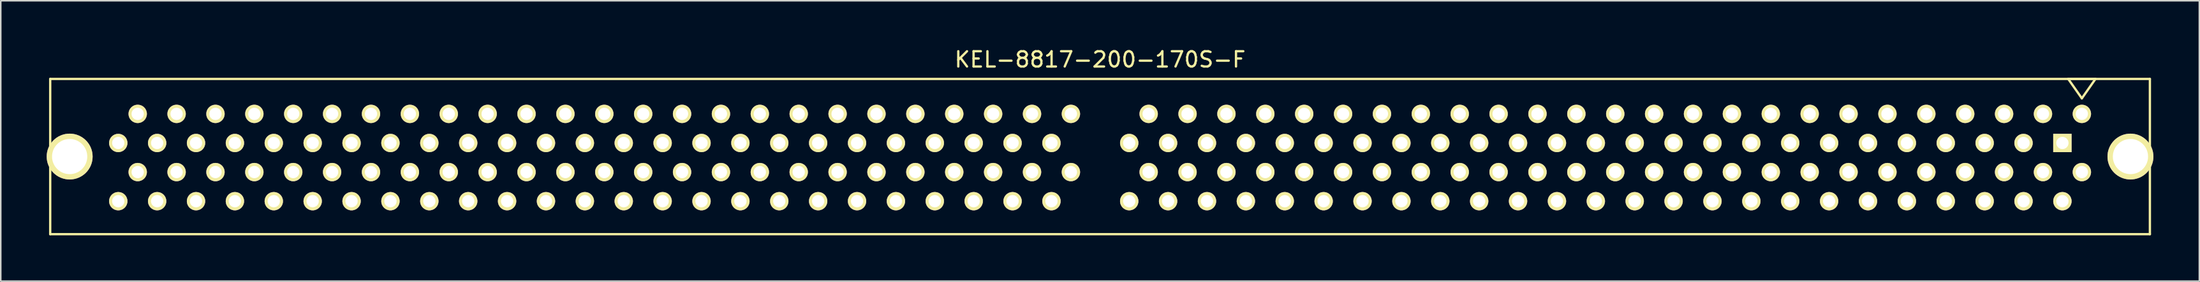
<source format=kicad_pcb>
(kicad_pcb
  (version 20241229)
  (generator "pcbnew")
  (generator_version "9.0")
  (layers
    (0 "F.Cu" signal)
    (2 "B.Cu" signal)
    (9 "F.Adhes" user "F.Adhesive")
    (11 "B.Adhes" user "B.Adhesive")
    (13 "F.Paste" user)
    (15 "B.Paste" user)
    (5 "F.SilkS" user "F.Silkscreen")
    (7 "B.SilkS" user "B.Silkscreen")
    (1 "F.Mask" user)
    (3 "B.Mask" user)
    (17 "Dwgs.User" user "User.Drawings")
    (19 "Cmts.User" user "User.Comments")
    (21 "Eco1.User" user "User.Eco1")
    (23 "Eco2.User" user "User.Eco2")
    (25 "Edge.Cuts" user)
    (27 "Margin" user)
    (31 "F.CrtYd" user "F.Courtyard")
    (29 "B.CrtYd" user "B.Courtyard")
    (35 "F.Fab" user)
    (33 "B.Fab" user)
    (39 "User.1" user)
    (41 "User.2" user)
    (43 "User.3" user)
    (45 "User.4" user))
  (footprint "KEL-8817-200-170S-F"
    (layer "F.Cu")
    (at 68.81 7.198)
    (property "Reference" "KEL-8817-200-170S-F" (at 0 -6.35 0) (layer "F.SilkS") (effects (font (size 1 1) (thickness 0.15))))
    (attr through_hole)
    (fp_line (start -68.58 -5.08) (end 68.58 -5.08) (stroke (width 0.15) (type solid)) (layer "F.SilkS"))
    (fp_line (start -68.58 5.08) (end -68.58 -5.08) (stroke (width 0.15) (type solid)) (layer "F.SilkS"))
    (fp_line (start 63.246 -5.08) (end 65.024 -5.08) (stroke (width 0.15) (type solid)) (layer "F.SilkS"))
    (fp_line (start 64.135 -3.81) (end 63.246 -5.08) (stroke (width 0.15) (type solid)) (layer "F.SilkS"))
    (fp_line (start 65.024 -5.08) (end 64.135 -3.81) (stroke (width 0.15) (type solid)) (layer "F.SilkS"))
    (fp_line (start 68.58 -5.08) (end 68.58 5.08) (stroke (width 0.15) (type solid)) (layer "F.SilkS"))
    (fp_line (start 68.58 5.08) (end -68.58 5.08) (stroke (width 0.15) (type solid)) (layer "F.SilkS"))
    (pad "" thru_hole circle (at -67.31 0) (size 3 3) (drill 2.3) (layers "*.Cu" "*.Mask" "F.SilkS"))
    (pad "" thru_hole circle (at 67.31 0) (size 3 3) (drill 2.3) (layers "*.Cu" "*.Mask" "F.SilkS"))
    (pad "1" thru_hole rect (at 62.865 -0.889) (size 1.2 1.2) (drill 0.8) (layers "*.Cu" "*.Mask" "F.SilkS"))
    (pad "2" thru_hole circle (at 64.135 -2.794) (size 1.2 1.2) (drill 0.8) (layers "*.Cu" "*.Mask" "F.SilkS"))
    (pad "3" thru_hole circle (at 62.865 2.921) (size 1.2 1.2) (drill 0.8) (layers "*.Cu" "*.Mask" "F.SilkS"))
    (pad "4" thru_hole circle (at 64.135 1.016) (size 1.2 1.2) (drill 0.8) (layers "*.Cu" "*.Mask" "F.SilkS"))
    (pad "5" thru_hole circle (at 60.325 -0.889) (size 1.2 1.2) (drill 0.8) (layers "*.Cu" "*.Mask" "F.SilkS"))
    (pad "6" thru_hole circle (at 61.595 -2.794) (size 1.2 1.2) (drill 0.8) (layers "*.Cu" "*.Mask" "F.SilkS"))
    (pad "7" thru_hole circle (at 60.325 2.921) (size 1.2 1.2) (drill 0.8) (layers "*.Cu" "*.Mask" "F.SilkS"))
    (pad "8" thru_hole circle (at 61.595 1.016) (size 1.2 1.2) (drill 0.8) (layers "*.Cu" "*.Mask" "F.SilkS"))
    (pad "9" thru_hole circle (at 57.785 -0.889) (size 1.2 1.2) (drill 0.8) (layers "*.Cu" "*.Mask" "F.SilkS"))
    (pad "10" thru_hole circle (at 59.055 -2.794) (size 1.2 1.2) (drill 0.8) (layers "*.Cu" "*.Mask" "F.SilkS"))
    (pad "11" thru_hole circle (at 57.785 2.921) (size 1.2 1.2) (drill 0.8) (layers "*.Cu" "*.Mask" "F.SilkS"))
    (pad "12" thru_hole circle (at 59.055 1.016) (size 1.2 1.2) (drill 0.8) (layers "*.Cu" "*.Mask" "F.SilkS"))
    (pad "13" thru_hole circle (at 55.245 -0.889) (size 1.2 1.2) (drill 0.8) (layers "*.Cu" "*.Mask" "F.SilkS"))
    (pad "14" thru_hole circle (at 56.515 -2.794) (size 1.2 1.2) (drill 0.8) (layers "*.Cu" "*.Mask" "F.SilkS"))
    (pad "15" thru_hole circle (at 55.245 2.921) (size 1.2 1.2) (drill 0.8) (layers "*.Cu" "*.Mask" "F.SilkS"))
    (pad "16" thru_hole circle (at 56.515 1.016) (size 1.2 1.2) (drill 0.8) (layers "*.Cu" "*.Mask" "F.SilkS"))
    (pad "17" thru_hole circle (at 52.705 -0.889) (size 1.2 1.2) (drill 0.8) (layers "*.Cu" "*.Mask" "F.SilkS"))
    (pad "18" thru_hole circle (at 53.975 -2.794) (size 1.2 1.2) (drill 0.8) (layers "*.Cu" "*.Mask" "F.SilkS"))
    (pad "19" thru_hole circle (at 52.705 2.921) (size 1.2 1.2) (drill 0.8) (layers "*.Cu" "*.Mask" "F.SilkS"))
    (pad "20" thru_hole circle (at 53.975 1.016) (size 1.2 1.2) (drill 0.8) (layers "*.Cu" "*.Mask" "F.SilkS"))
    (pad "21" thru_hole circle (at 50.165 -0.889) (size 1.2 1.2) (drill 0.8) (layers "*.Cu" "*.Mask" "F.SilkS"))
    (pad "22" thru_hole circle (at 51.435 -2.794) (size 1.2 1.2) (drill 0.8) (layers "*.Cu" "*.Mask" "F.SilkS"))
    (pad "23" thru_hole circle (at 50.165 2.921) (size 1.2 1.2) (drill 0.8) (layers "*.Cu" "*.Mask" "F.SilkS"))
    (pad "24" thru_hole circle (at 51.435 1.016) (size 1.2 1.2) (drill 0.8) (layers "*.Cu" "*.Mask" "F.SilkS"))
    (pad "25" thru_hole circle (at 47.625 -0.889) (size 1.2 1.2) (drill 0.8) (layers "*.Cu" "*.Mask" "F.SilkS"))
    (pad "26" thru_hole circle (at 48.895 -2.794) (size 1.2 1.2) (drill 0.8) (layers "*.Cu" "*.Mask" "F.SilkS"))
    (pad "27" thru_hole circle (at 47.625 2.921) (size 1.2 1.2) (drill 0.8) (layers "*.Cu" "*.Mask" "F.SilkS"))
    (pad "28" thru_hole circle (at 48.895 1.016) (size 1.2 1.2) (drill 0.8) (layers "*.Cu" "*.Mask" "F.SilkS"))
    (pad "29" thru_hole circle (at 45.085 -0.889) (size 1.2 1.2) (drill 0.8) (layers "*.Cu" "*.Mask" "F.SilkS"))
    (pad "30" thru_hole circle (at 46.355 -2.794) (size 1.2 1.2) (drill 0.8) (layers "*.Cu" "*.Mask" "F.SilkS"))
    (pad "31" thru_hole circle (at 45.085 2.921) (size 1.2 1.2) (drill 0.8) (layers "*.Cu" "*.Mask" "F.SilkS"))
    (pad "32" thru_hole circle (at 46.355 1.016) (size 1.2 1.2) (drill 0.8) (layers "*.Cu" "*.Mask" "F.SilkS"))
    (pad "33" thru_hole circle (at 42.545 -0.889) (size 1.2 1.2) (drill 0.8) (layers "*.Cu" "*.Mask" "F.SilkS"))
    (pad "34" thru_hole circle (at 43.815 -2.794) (size 1.2 1.2) (drill 0.8) (layers "*.Cu" "*.Mask" "F.SilkS"))
    (pad "35" thru_hole circle (at 42.545 2.921) (size 1.2 1.2) (drill 0.8) (layers "*.Cu" "*.Mask" "F.SilkS"))
    (pad "36" thru_hole circle (at 43.815 1.016) (size 1.2 1.2) (drill 0.8) (layers "*.Cu" "*.Mask" "F.SilkS"))
    (pad "37" thru_hole circle (at 40.005 -0.889) (size 1.2 1.2) (drill 0.8) (layers "*.Cu" "*.Mask" "F.SilkS"))
    (pad "38" thru_hole circle (at 41.275 -2.794) (size 1.2 1.2) (drill 0.8) (layers "*.Cu" "*.Mask" "F.SilkS"))
    (pad "39" thru_hole circle (at 40.005 2.921) (size 1.2 1.2) (drill 0.8) (layers "*.Cu" "*.Mask" "F.SilkS"))
    (pad "40" thru_hole circle (at 41.275 1.016) (size 1.2 1.2) (drill 0.8) (layers "*.Cu" "*.Mask" "F.SilkS"))
    (pad "41" thru_hole circle (at 37.465 -0.889) (size 1.2 1.2) (drill 0.8) (layers "*.Cu" "*.Mask" "F.SilkS"))
    (pad "42" thru_hole circle (at 38.735 -2.794) (size 1.2 1.2) (drill 0.8) (layers "*.Cu" "*.Mask" "F.SilkS"))
    (pad "43" thru_hole circle (at 37.465 2.921) (size 1.2 1.2) (drill 0.8) (layers "*.Cu" "*.Mask" "F.SilkS"))
    (pad "44" thru_hole circle (at 38.735 1.016) (size 1.2 1.2) (drill 0.8) (layers "*.Cu" "*.Mask" "F.SilkS"))
    (pad "45" thru_hole circle (at 34.925 -0.889) (size 1.2 1.2) (drill 0.8) (layers "*.Cu" "*.Mask" "F.SilkS"))
    (pad "46" thru_hole circle (at 36.195 -2.794) (size 1.2 1.2) (drill 0.8) (layers "*.Cu" "*.Mask" "F.SilkS"))
    (pad "47" thru_hole circle (at 34.925 2.921) (size 1.2 1.2) (drill 0.8) (layers "*.Cu" "*.Mask" "F.SilkS"))
    (pad "48" thru_hole circle (at 36.195 1.016) (size 1.2 1.2) (drill 0.8) (layers "*.Cu" "*.Mask" "F.SilkS"))
    (pad "49" thru_hole circle (at 32.385 -0.889) (size 1.2 1.2) (drill 0.8) (layers "*.Cu" "*.Mask" "F.SilkS"))
    (pad "50" thru_hole circle (at 33.655 -2.794) (size 1.2 1.2) (drill 0.8) (layers "*.Cu" "*.Mask" "F.SilkS"))
    (pad "51" thru_hole circle (at 32.385 2.921) (size 1.2 1.2) (drill 0.8) (layers "*.Cu" "*.Mask" "F.SilkS"))
    (pad "52" thru_hole circle (at 33.655 1.016) (size 1.2 1.2) (drill 0.8) (layers "*.Cu" "*.Mask" "F.SilkS"))
    (pad "53" thru_hole circle (at 29.845 -0.889) (size 1.2 1.2) (drill 0.8) (layers "*.Cu" "*.Mask" "F.SilkS"))
    (pad "54" thru_hole circle (at 31.115 -2.794) (size 1.2 1.2) (drill 0.8) (layers "*.Cu" "*.Mask" "F.SilkS"))
    (pad "55" thru_hole circle (at 29.845 2.921) (size 1.2 1.2) (drill 0.8) (layers "*.Cu" "*.Mask" "F.SilkS"))
    (pad "56" thru_hole circle (at 31.115 1.016) (size 1.2 1.2) (drill 0.8) (layers "*.Cu" "*.Mask" "F.SilkS"))
    (pad "57" thru_hole circle (at 27.305 -0.889) (size 1.2 1.2) (drill 0.8) (layers "*.Cu" "*.Mask" "F.SilkS"))
    (pad "58" thru_hole circle (at 28.575 -2.794) (size 1.2 1.2) (drill 0.8) (layers "*.Cu" "*.Mask" "F.SilkS"))
    (pad "59" thru_hole circle (at 27.305 2.921) (size 1.2 1.2) (drill 0.8) (layers "*.Cu" "*.Mask" "F.SilkS"))
    (pad "60" thru_hole circle (at 28.575 1.016) (size 1.2 1.2) (drill 0.8) (layers "*.Cu" "*.Mask" "F.SilkS"))
    (pad "61" thru_hole circle (at 24.765 -0.889) (size 1.2 1.2) (drill 0.8) (layers "*.Cu" "*.Mask" "F.SilkS"))
    (pad "62" thru_hole circle (at 26.035 -2.794) (size 1.2 1.2) (drill 0.8) (layers "*.Cu" "*.Mask" "F.SilkS"))
    (pad "63" thru_hole circle (at 24.765 2.921) (size 1.2 1.2) (drill 0.8) (layers "*.Cu" "*.Mask" "F.SilkS"))
    (pad "64" thru_hole circle (at 26.035 1.016) (size 1.2 1.2) (drill 0.8) (layers "*.Cu" "*.Mask" "F.SilkS"))
    (pad "65" thru_hole circle (at 22.225 -0.889) (size 1.2 1.2) (drill 0.8) (layers "*.Cu" "*.Mask" "F.SilkS"))
    (pad "66" thru_hole circle (at 23.495 -2.794) (size 1.2 1.2) (drill 0.8) (layers "*.Cu" "*.Mask" "F.SilkS"))
    (pad "67" thru_hole circle (at 22.225 2.921) (size 1.2 1.2) (drill 0.8) (layers "*.Cu" "*.Mask" "F.SilkS"))
    (pad "68" thru_hole circle (at 23.495 1.016) (size 1.2 1.2) (drill 0.8) (layers "*.Cu" "*.Mask" "F.SilkS"))
    (pad "69" thru_hole circle (at 19.685 -0.889) (size 1.2 1.2) (drill 0.8) (layers "*.Cu" "*.Mask" "F.SilkS"))
    (pad "70" thru_hole circle (at 20.955 -2.794) (size 1.2 1.2) (drill 0.8) (layers "*.Cu" "*.Mask" "F.SilkS"))
    (pad "71" thru_hole circle (at 19.685 2.921) (size 1.2 1.2) (drill 0.8) (layers "*.Cu" "*.Mask" "F.SilkS"))
    (pad "72" thru_hole circle (at 20.955 1.016) (size 1.2 1.2) (drill 0.8) (layers "*.Cu" "*.Mask" "F.SilkS"))
    (pad "73" thru_hole circle (at 17.145 -0.889) (size 1.2 1.2) (drill 0.8) (layers "*.Cu" "*.Mask" "F.SilkS"))
    (pad "74" thru_hole circle (at 18.415 -2.794) (size 1.2 1.2) (drill 0.8) (layers "*.Cu" "*.Mask" "F.SilkS"))
    (pad "75" thru_hole circle (at 17.145 2.921) (size 1.2 1.2) (drill 0.8) (layers "*.Cu" "*.Mask" "F.SilkS"))
    (pad "76" thru_hole circle (at 18.415 1.016) (size 1.2 1.2) (drill 0.8) (layers "*.Cu" "*.Mask" "F.SilkS"))
    (pad "77" thru_hole circle (at 14.605 -0.889) (size 1.2 1.2) (drill 0.8) (layers "*.Cu" "*.Mask" "F.SilkS"))
    (pad "78" thru_hole circle (at 15.875 -2.794) (size 1.2 1.2) (drill 0.8) (layers "*.Cu" "*.Mask" "F.SilkS"))
    (pad "79" thru_hole circle (at 14.605 2.921) (size 1.2 1.2) (drill 0.8) (layers "*.Cu" "*.Mask" "F.SilkS"))
    (pad "80" thru_hole circle (at 15.875 1.016) (size 1.2 1.2) (drill 0.8) (layers "*.Cu" "*.Mask" "F.SilkS"))
    (pad "81" thru_hole circle (at 12.065 -0.889) (size 1.2 1.2) (drill 0.8) (layers "*.Cu" "*.Mask" "F.SilkS"))
    (pad "82" thru_hole circle (at 13.335 -2.794) (size 1.2 1.2) (drill 0.8) (layers "*.Cu" "*.Mask" "F.SilkS"))
    (pad "83" thru_hole circle (at 12.065 2.921) (size 1.2 1.2) (drill 0.8) (layers "*.Cu" "*.Mask" "F.SilkS"))
    (pad "84" thru_hole circle (at 13.335 1.016) (size 1.2 1.2) (drill 0.8) (layers "*.Cu" "*.Mask" "F.SilkS"))
    (pad "85" thru_hole circle (at 9.525 -0.889) (size 1.2 1.2) (drill 0.8) (layers "*.Cu" "*.Mask" "F.SilkS"))
    (pad "86" thru_hole circle (at 10.795 -2.794) (size 1.2 1.2) (drill 0.8) (layers "*.Cu" "*.Mask" "F.SilkS"))
    (pad "87" thru_hole circle (at 9.525 2.921) (size 1.2 1.2) (drill 0.8) (layers "*.Cu" "*.Mask" "F.SilkS"))
    (pad "88" thru_hole circle (at 10.795 1.016) (size 1.2 1.2) (drill 0.8) (layers "*.Cu" "*.Mask" "F.SilkS"))
    (pad "89" thru_hole circle (at 6.985 -0.889) (size 1.2 1.2) (drill 0.8) (layers "*.Cu" "*.Mask" "F.SilkS"))
    (pad "90" thru_hole circle (at 8.255 -2.794) (size 1.2 1.2) (drill 0.8) (layers "*.Cu" "*.Mask" "F.SilkS"))
    (pad "91" thru_hole circle (at 6.985 2.921) (size 1.2 1.2) (drill 0.8) (layers "*.Cu" "*.Mask" "F.SilkS"))
    (pad "92" thru_hole circle (at 8.255 1.016) (size 1.2 1.2) (drill 0.8) (layers "*.Cu" "*.Mask" "F.SilkS"))
    (pad "93" thru_hole circle (at 4.445 -0.889) (size 1.2 1.2) (drill 0.8) (layers "*.Cu" "*.Mask" "F.SilkS"))
    (pad "94" thru_hole circle (at 5.715 -2.794) (size 1.2 1.2) (drill 0.8) (layers "*.Cu" "*.Mask" "F.SilkS"))
    (pad "95" thru_hole circle (at 4.445 2.921) (size 1.2 1.2) (drill 0.8) (layers "*.Cu" "*.Mask" "F.SilkS"))
    (pad "96" thru_hole circle (at 5.715 1.016) (size 1.2 1.2) (drill 0.8) (layers "*.Cu" "*.Mask" "F.SilkS"))
    (pad "97" thru_hole circle (at 1.905 -0.889) (size 1.2 1.2) (drill 0.8) (layers "*.Cu" "*.Mask" "F.SilkS"))
    (pad "98" thru_hole circle (at 3.175 -2.794) (size 1.2 1.2) (drill 0.8) (layers "*.Cu" "*.Mask" "F.SilkS"))
    (pad "99" thru_hole circle (at 1.905 2.921) (size 1.2 1.2) (drill 0.8) (layers "*.Cu" "*.Mask" "F.SilkS"))
    (pad "100" thru_hole circle (at 3.175 1.016) (size 1.2 1.2) (drill 0.8) (layers "*.Cu" "*.Mask" "F.SilkS"))
    (pad "101" thru_hole circle (at -3.175 -0.889) (size 1.2 1.2) (drill 0.8) (layers "*.Cu" "*.Mask" "F.SilkS"))
    (pad "102" thru_hole circle (at -1.905 -2.794) (size 1.2 1.2) (drill 0.8) (layers "*.Cu" "*.Mask" "F.SilkS"))
    (pad "103" thru_hole circle (at -3.175 2.921) (size 1.2 1.2) (drill 0.8) (layers "*.Cu" "*.Mask" "F.SilkS"))
    (pad "104" thru_hole circle (at -1.905 1.016) (size 1.2 1.2) (drill 0.8) (layers "*.Cu" "*.Mask" "F.SilkS"))
    (pad "105" thru_hole circle (at -5.715 -0.889) (size 1.2 1.2) (drill 0.8) (layers "*.Cu" "*.Mask" "F.SilkS"))
    (pad "106" thru_hole circle (at -4.445 -2.794) (size 1.2 1.2) (drill 0.8) (layers "*.Cu" "*.Mask" "F.SilkS"))
    (pad "107" thru_hole circle (at -5.715 2.921) (size 1.2 1.2) (drill 0.8) (layers "*.Cu" "*.Mask" "F.SilkS"))
    (pad "108" thru_hole circle (at -4.445 1.016) (size 1.2 1.2) (drill 0.8) (layers "*.Cu" "*.Mask" "F.SilkS"))
    (pad "109" thru_hole circle (at -8.255 -0.889) (size 1.2 1.2) (drill 0.8) (layers "*.Cu" "*.Mask" "F.SilkS"))
    (pad "110" thru_hole circle (at -6.985 -2.794) (size 1.2 1.2) (drill 0.8) (layers "*.Cu" "*.Mask" "F.SilkS"))
    (pad "111" thru_hole circle (at -8.255 2.921) (size 1.2 1.2) (drill 0.8) (layers "*.Cu" "*.Mask" "F.SilkS"))
    (pad "112" thru_hole circle (at -6.985 1.016) (size 1.2 1.2) (drill 0.8) (layers "*.Cu" "*.Mask" "F.SilkS"))
    (pad "113" thru_hole circle (at -10.795 -0.889) (size 1.2 1.2) (drill 0.8) (layers "*.Cu" "*.Mask" "F.SilkS"))
    (pad "114" thru_hole circle (at -9.525 -2.794) (size 1.2 1.2) (drill 0.8) (layers "*.Cu" "*.Mask" "F.SilkS"))
    (pad "115" thru_hole circle (at -10.795 2.921) (size 1.2 1.2) (drill 0.8) (layers "*.Cu" "*.Mask" "F.SilkS"))
    (pad "116" thru_hole circle (at -9.525 1.016) (size 1.2 1.2) (drill 0.8) (layers "*.Cu" "*.Mask" "F.SilkS"))
    (pad "117" thru_hole circle (at -13.335 -0.889) (size 1.2 1.2) (drill 0.8) (layers "*.Cu" "*.Mask" "F.SilkS"))
    (pad "118" thru_hole circle (at -12.065 -2.794) (size 1.2 1.2) (drill 0.8) (layers "*.Cu" "*.Mask" "F.SilkS"))
    (pad "119" thru_hole circle (at -13.335 2.921) (size 1.2 1.2) (drill 0.8) (layers "*.Cu" "*.Mask" "F.SilkS"))
    (pad "120" thru_hole circle (at -12.065 1.016) (size 1.2 1.2) (drill 0.8) (layers "*.Cu" "*.Mask" "F.SilkS"))
    (pad "121" thru_hole circle (at -15.875 -0.889) (size 1.2 1.2) (drill 0.8) (layers "*.Cu" "*.Mask" "F.SilkS"))
    (pad "122" thru_hole circle (at -14.605 -2.794) (size 1.2 1.2) (drill 0.8) (layers "*.Cu" "*.Mask" "F.SilkS"))
    (pad "123" thru_hole circle (at -15.875 2.921) (size 1.2 1.2) (drill 0.8) (layers "*.Cu" "*.Mask" "F.SilkS"))
    (pad "124" thru_hole circle (at -14.605 1.016) (size 1.2 1.2) (drill 0.8) (layers "*.Cu" "*.Mask" "F.SilkS"))
    (pad "125" thru_hole circle (at -18.415 -0.889) (size 1.2 1.2) (drill 0.8) (layers "*.Cu" "*.Mask" "F.SilkS"))
    (pad "126" thru_hole circle (at -17.145 -2.794) (size 1.2 1.2) (drill 0.8) (layers "*.Cu" "*.Mask" "F.SilkS"))
    (pad "127" thru_hole circle (at -18.415 2.921) (size 1.2 1.2) (drill 0.8) (layers "*.Cu" "*.Mask" "F.SilkS"))
    (pad "128" thru_hole circle (at -17.145 1.016) (size 1.2 1.2) (drill 0.8) (layers "*.Cu" "*.Mask" "F.SilkS"))
    (pad "129" thru_hole circle (at -20.955 -0.889) (size 1.2 1.2) (drill 0.8) (layers "*.Cu" "*.Mask" "F.SilkS"))
    (pad "130" thru_hole circle (at -19.685 -2.794) (size 1.2 1.2) (drill 0.8) (layers "*.Cu" "*.Mask" "F.SilkS"))
    (pad "131" thru_hole circle (at -20.955 2.921) (size 1.2 1.2) (drill 0.8) (layers "*.Cu" "*.Mask" "F.SilkS"))
    (pad "132" thru_hole circle (at -19.685 1.016) (size 1.2 1.2) (drill 0.8) (layers "*.Cu" "*.Mask" "F.SilkS"))
    (pad "133" thru_hole circle (at -23.495 -0.889) (size 1.2 1.2) (drill 0.8) (layers "*.Cu" "*.Mask" "F.SilkS"))
    (pad "134" thru_hole circle (at -22.225 -2.794) (size 1.2 1.2) (drill 0.8) (layers "*.Cu" "*.Mask" "F.SilkS"))
    (pad "135" thru_hole circle (at -23.495 2.921) (size 1.2 1.2) (drill 0.8) (layers "*.Cu" "*.Mask" "F.SilkS"))
    (pad "136" thru_hole circle (at -22.225 1.016) (size 1.2 1.2) (drill 0.8) (layers "*.Cu" "*.Mask" "F.SilkS"))
    (pad "137" thru_hole circle (at -26.035 -0.889) (size 1.2 1.2) (drill 0.8) (layers "*.Cu" "*.Mask" "F.SilkS"))
    (pad "138" thru_hole circle (at -24.765 -2.794) (size 1.2 1.2) (drill 0.8) (layers "*.Cu" "*.Mask" "F.SilkS"))
    (pad "139" thru_hole circle (at -26.035 2.921) (size 1.2 1.2) (drill 0.8) (layers "*.Cu" "*.Mask" "F.SilkS"))
    (pad "140" thru_hole circle (at -24.765 1.016) (size 1.2 1.2) (drill 0.8) (layers "*.Cu" "*.Mask" "F.SilkS"))
    (pad "141" thru_hole circle (at -28.575 -0.889) (size 1.2 1.2) (drill 0.8) (layers "*.Cu" "*.Mask" "F.SilkS"))
    (pad "142" thru_hole circle (at -27.305 -2.794) (size 1.2 1.2) (drill 0.8) (layers "*.Cu" "*.Mask" "F.SilkS"))
    (pad "143" thru_hole circle (at -28.575 2.921) (size 1.2 1.2) (drill 0.8) (layers "*.Cu" "*.Mask" "F.SilkS"))
    (pad "144" thru_hole circle (at -27.305 1.016) (size 1.2 1.2) (drill 0.8) (layers "*.Cu" "*.Mask" "F.SilkS"))
    (pad "145" thru_hole circle (at -31.115 -0.889) (size 1.2 1.2) (drill 0.8) (layers "*.Cu" "*.Mask" "F.SilkS"))
    (pad "146" thru_hole circle (at -29.845 -2.794) (size 1.2 1.2) (drill 0.8) (layers "*.Cu" "*.Mask" "F.SilkS"))
    (pad "147" thru_hole circle (at -31.115 2.921) (size 1.2 1.2) (drill 0.8) (layers "*.Cu" "*.Mask" "F.SilkS"))
    (pad "148" thru_hole circle (at -29.845 1.016) (size 1.2 1.2) (drill 0.8) (layers "*.Cu" "*.Mask" "F.SilkS"))
    (pad "149" thru_hole circle (at -33.655 -0.889) (size 1.2 1.2) (drill 0.8) (layers "*.Cu" "*.Mask" "F.SilkS"))
    (pad "150" thru_hole circle (at -32.385 -2.794) (size 1.2 1.2) (drill 0.8) (layers "*.Cu" "*.Mask" "F.SilkS"))
    (pad "151" thru_hole circle (at -33.655 2.921) (size 1.2 1.2) (drill 0.8) (layers "*.Cu" "*.Mask" "F.SilkS"))
    (pad "152" thru_hole circle (at -32.385 1.016) (size 1.2 1.2) (drill 0.8) (layers "*.Cu" "*.Mask" "F.SilkS"))
    (pad "153" thru_hole circle (at -36.195 -0.889) (size 1.2 1.2) (drill 0.8) (layers "*.Cu" "*.Mask" "F.SilkS"))
    (pad "154" thru_hole circle (at -34.925 -2.794) (size 1.2 1.2) (drill 0.8) (layers "*.Cu" "*.Mask" "F.SilkS"))
    (pad "155" thru_hole circle (at -36.195 2.921) (size 1.2 1.2) (drill 0.8) (layers "*.Cu" "*.Mask" "F.SilkS"))
    (pad "156" thru_hole circle (at -34.925 1.016) (size 1.2 1.2) (drill 0.8) (layers "*.Cu" "*.Mask" "F.SilkS"))
    (pad "157" thru_hole circle (at -38.735 -0.889) (size 1.2 1.2) (drill 0.8) (layers "*.Cu" "*.Mask" "F.SilkS"))
    (pad "158" thru_hole circle (at -37.465 -2.794) (size 1.2 1.2) (drill 0.8) (layers "*.Cu" "*.Mask" "F.SilkS"))
    (pad "159" thru_hole circle (at -38.735 2.921) (size 1.2 1.2) (drill 0.8) (layers "*.Cu" "*.Mask" "F.SilkS"))
    (pad "160" thru_hole circle (at -37.465 1.016) (size 1.2 1.2) (drill 0.8) (layers "*.Cu" "*.Mask" "F.SilkS"))
    (pad "161" thru_hole circle (at -41.275 -0.889) (size 1.2 1.2) (drill 0.8) (layers "*.Cu" "*.Mask" "F.SilkS"))
    (pad "162" thru_hole circle (at -40.005 -2.794) (size 1.2 1.2) (drill 0.8) (layers "*.Cu" "*.Mask" "F.SilkS"))
    (pad "163" thru_hole circle (at -41.275 2.921) (size 1.2 1.2) (drill 0.8) (layers "*.Cu" "*.Mask" "F.SilkS"))
    (pad "164" thru_hole circle (at -40.005 1.016) (size 1.2 1.2) (drill 0.8) (layers "*.Cu" "*.Mask" "F.SilkS"))
    (pad "165" thru_hole circle (at -43.815 -0.889) (size 1.2 1.2) (drill 0.8) (layers "*.Cu" "*.Mask" "F.SilkS"))
    (pad "166" thru_hole circle (at -42.545 -2.794) (size 1.2 1.2) (drill 0.8) (layers "*.Cu" "*.Mask" "F.SilkS"))
    (pad "167" thru_hole circle (at -43.815 2.921) (size 1.2 1.2) (drill 0.8) (layers "*.Cu" "*.Mask" "F.SilkS"))
    (pad "168" thru_hole circle (at -42.545 1.016) (size 1.2 1.2) (drill 0.8) (layers "*.Cu" "*.Mask" "F.SilkS"))
    (pad "169" thru_hole circle (at -46.355 -0.889) (size 1.2 1.2) (drill 0.8) (layers "*.Cu" "*.Mask" "F.SilkS"))
    (pad "170" thru_hole circle (at -45.085 -2.794) (size 1.2 1.2) (drill 0.8) (layers "*.Cu" "*.Mask" "F.SilkS"))
    (pad "171" thru_hole circle (at -46.355 2.921) (size 1.2 1.2) (drill 0.8) (layers "*.Cu" "*.Mask" "F.SilkS"))
    (pad "172" thru_hole circle (at -45.085 1.016) (size 1.2 1.2) (drill 0.8) (layers "*.Cu" "*.Mask" "F.SilkS"))
    (pad "173" thru_hole circle (at -48.895 -0.889) (size 1.2 1.2) (drill 0.8) (layers "*.Cu" "*.Mask" "F.SilkS"))
    (pad "174" thru_hole circle (at -47.625 -2.794) (size 1.2 1.2) (drill 0.8) (layers "*.Cu" "*.Mask" "F.SilkS"))
    (pad "175" thru_hole circle (at -48.895 2.921) (size 1.2 1.2) (drill 0.8) (layers "*.Cu" "*.Mask" "F.SilkS"))
    (pad "176" thru_hole circle (at -47.625 1.016) (size 1.2 1.2) (drill 0.8) (layers "*.Cu" "*.Mask" "F.SilkS"))
    (pad "177" thru_hole circle (at -51.435 -0.889) (size 1.2 1.2) (drill 0.8) (layers "*.Cu" "*.Mask" "F.SilkS"))
    (pad "178" thru_hole circle (at -50.165 -2.794) (size 1.2 1.2) (drill 0.8) (layers "*.Cu" "*.Mask" "F.SilkS"))
    (pad "179" thru_hole circle (at -51.435 2.921) (size 1.2 1.2) (drill 0.8) (layers "*.Cu" "*.Mask" "F.SilkS"))
    (pad "180" thru_hole circle (at -50.165 1.016) (size 1.2 1.2) (drill 0.8) (layers "*.Cu" "*.Mask" "F.SilkS"))
    (pad "181" thru_hole circle (at -53.975 -0.889) (size 1.2 1.2) (drill 0.8) (layers "*.Cu" "*.Mask" "F.SilkS"))
    (pad "182" thru_hole circle (at -52.705 -2.794) (size 1.2 1.2) (drill 0.8) (layers "*.Cu" "*.Mask" "F.SilkS"))
    (pad "183" thru_hole circle (at -53.975 2.921) (size 1.2 1.2) (drill 0.8) (layers "*.Cu" "*.Mask" "F.SilkS"))
    (pad "184" thru_hole circle (at -52.705 1.016) (size 1.2 1.2) (drill 0.8) (layers "*.Cu" "*.Mask" "F.SilkS"))
    (pad "185" thru_hole circle (at -56.515 -0.889) (size 1.2 1.2) (drill 0.8) (layers "*.Cu" "*.Mask" "F.SilkS"))
    (pad "186" thru_hole circle (at -55.245 -2.794) (size 1.2 1.2) (drill 0.8) (layers "*.Cu" "*.Mask" "F.SilkS"))
    (pad "187" thru_hole circle (at -56.515 2.921) (size 1.2 1.2) (drill 0.8) (layers "*.Cu" "*.Mask" "F.SilkS"))
    (pad "188" thru_hole circle (at -55.245 1.016) (size 1.2 1.2) (drill 0.8) (layers "*.Cu" "*.Mask" "F.SilkS"))
    (pad "189" thru_hole circle (at -59.055 -0.889) (size 1.2 1.2) (drill 0.8) (layers "*.Cu" "*.Mask" "F.SilkS"))
    (pad "190" thru_hole circle (at -57.785 -2.794) (size 1.2 1.2) (drill 0.8) (layers "*.Cu" "*.Mask" "F.SilkS"))
    (pad "191" thru_hole circle (at -59.055 2.921) (size 1.2 1.2) (drill 0.8) (layers "*.Cu" "*.Mask" "F.SilkS"))
    (pad "192" thru_hole circle (at -57.785 1.016) (size 1.2 1.2) (drill 0.8) (layers "*.Cu" "*.Mask" "F.SilkS"))
    (pad "193" thru_hole circle (at -61.595 -0.889) (size 1.2 1.2) (drill 0.8) (layers "*.Cu" "*.Mask" "F.SilkS"))
    (pad "194" thru_hole circle (at -60.325 -2.794) (size 1.2 1.2) (drill 0.8) (layers "*.Cu" "*.Mask" "F.SilkS"))
    (pad "195" thru_hole circle (at -61.595 2.921) (size 1.2 1.2) (drill 0.8) (layers "*.Cu" "*.Mask" "F.SilkS"))
    (pad "196" thru_hole circle (at -60.325 1.016) (size 1.2 1.2) (drill 0.8) (layers "*.Cu" "*.Mask" "F.SilkS"))
    (pad "197" thru_hole circle (at -64.135 -0.889) (size 1.2 1.2) (drill 0.8) (layers "*.Cu" "*.Mask" "F.SilkS"))
    (pad "198" thru_hole circle (at -62.865 -2.794) (size 1.2 1.2) (drill 0.8) (layers "*.Cu" "*.Mask" "F.SilkS"))
    (pad "199" thru_hole circle (at -64.135 2.921) (size 1.2 1.2) (drill 0.8) (layers "*.Cu" "*.Mask" "F.SilkS"))
    (pad "200" thru_hole circle (at -62.865 1.016) (size 1.2 1.2) (drill 0.8) (layers "*.Cu" "*.Mask" "F.SilkS")))
  (gr_rect
    (start -3 -3)
    (end 140.62 15.353)
    (stroke (width 0.1) (type default))
    (fill no)
    (layer "Edge.Cuts")))
</source>
